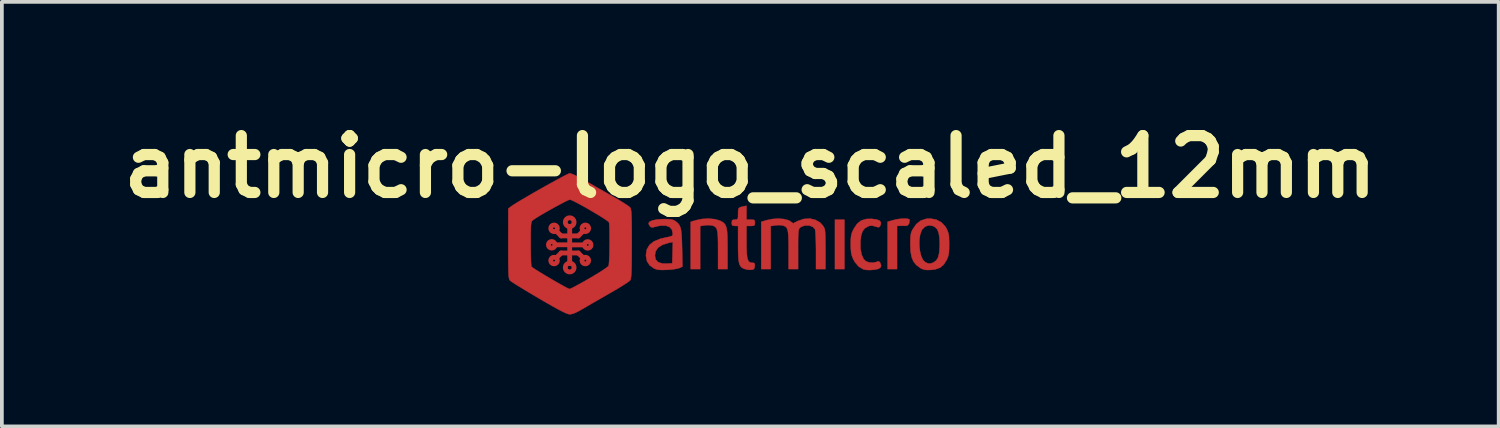
<source format=kicad_pcb>
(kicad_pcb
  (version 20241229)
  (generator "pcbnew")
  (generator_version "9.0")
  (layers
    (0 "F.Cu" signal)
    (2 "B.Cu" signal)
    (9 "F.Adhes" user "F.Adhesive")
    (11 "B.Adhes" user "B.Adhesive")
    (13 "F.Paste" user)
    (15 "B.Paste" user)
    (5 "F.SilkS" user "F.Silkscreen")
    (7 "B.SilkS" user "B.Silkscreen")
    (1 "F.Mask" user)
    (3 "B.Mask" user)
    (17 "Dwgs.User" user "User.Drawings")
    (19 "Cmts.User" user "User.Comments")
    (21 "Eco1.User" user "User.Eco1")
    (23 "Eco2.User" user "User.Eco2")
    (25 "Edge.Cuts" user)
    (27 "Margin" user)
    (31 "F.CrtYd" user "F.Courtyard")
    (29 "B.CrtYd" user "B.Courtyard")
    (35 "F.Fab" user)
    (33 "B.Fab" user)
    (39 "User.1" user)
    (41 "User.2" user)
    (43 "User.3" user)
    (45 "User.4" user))
  (footprint "antmicro-logo_scaled_12mm"
    (layer "F.Cu")
    (at 16.452 3.514)
    (property "Reference" "antmicro-logo_scaled_12mm" (at 0.61 -2.095 0) (layer "F.SilkS") (effects (font (size 1.524 1.524) (thickness 0.3))))
    (attr through_hole)
    (fp_line (start -4.624 -0.002) (end -4.269 -0.002) (stroke (width 0.13) (type solid)) (layer "F.Cu"))
    (fp_line (start -4.459 -0.24) (end -4.586 -0.367) (stroke (width 0.13) (type solid)) (layer "F.Cu"))
    (fp_line (start -4.459 -0.24) (end -4.231 -0.24) (stroke (width 0.13) (type solid)) (layer "F.Cu"))
    (fp_line (start -4.459 0.217) (end -4.586 0.344) (stroke (width 0.13) (type solid)) (layer "F.Cu"))
    (fp_line (start -4.459 0.217) (end -4.231 0.217) (stroke (width 0.13) (type solid)) (layer "F.Cu"))
    (fp_line (start -4.231 -0.492) (end -4.231 0.496) (stroke (width 0.13) (type solid)) (layer "F.Cu"))
    (fp_line (start -4.002 -0.24) (end -4.231 -0.24) (stroke (width 0.13) (type solid)) (layer "F.Cu"))
    (fp_line (start -4.002 -0.24) (end -3.875 -0.367) (stroke (width 0.13) (type solid)) (layer "F.Cu"))
    (fp_line (start -4.002 0.217) (end -4.231 0.217) (stroke (width 0.13) (type solid)) (layer "F.Cu"))
    (fp_line (start -4.002 0.217) (end -3.875 0.344) (stroke (width 0.13) (type solid)) (layer "F.Cu"))
    (fp_line (start -3.837 0.001) (end -4.192 0.001) (stroke (width 0.13) (type solid)) (layer "F.Cu"))
    (fp_circle (center -4.713 -0.002) (end -4.624 -0.002) (stroke (width 0.13) (type solid)) (fill no) (layer "F.Cu"))
    (fp_circle (center -4.65 -0.444) (end -4.561 -0.444) (stroke (width 0.13) (type solid)) (fill no) (layer "F.Cu"))
    (fp_circle (center -4.65 0.42) (end -4.561 0.42) (stroke (width 0.13) (type solid)) (fill no) (layer "F.Cu"))
    (fp_circle (center -4.231 -0.609) (end -4.114 -0.609) (stroke (width 0.13) (type solid)) (fill no) (layer "F.Cu"))
    (fp_circle (center -4.231 0.608) (end -4.114 0.608) (stroke (width 0.13) (type solid)) (fill no) (layer "F.Cu"))
    (fp_circle (center -3.812 -0.444) (end -3.723 -0.444) (stroke (width 0.13) (type solid)) (fill no) (layer "F.Cu"))
    (fp_circle (center -3.812 0.42) (end -3.723 0.42) (stroke (width 0.13) (type solid)) (fill no) (layer "F.Cu"))
    (fp_circle (center -3.748 0.001) (end -3.659 0.001) (stroke (width 0.13) (type solid)) (fill no) (layer "F.Cu"))
    (fp_poly (pts (xy 3.133 0.649) (xy 2.879 0.649) (xy 2.879 -0.677) (xy 3.133 -0.677) (xy 3.133 0.649)) (stroke (width 0.01) (type solid)) (fill yes) (layer "F.Cu"))
    (fp_poly (pts (xy 4.836 -0.698) (xy 4.878 -0.68) (xy 4.882 -0.67) (xy 4.866 -0.57) (xy 4.821 -0.517) (xy 4.773 -0.509) (xy 4.684 -0.512) (xy 4.621 -0.511) (xy 4.544 -0.508) (xy 4.544 0.649) (xy 4.29 0.649) (xy 4.29 -0.619) (xy 4.436 -0.662) (xy 4.543 -0.687) (xy 4.655 -0.701) (xy 4.757 -0.705) (xy 4.836 -0.698)) (stroke (width 0.01) (type solid)) (fill yes) (layer "F.Cu"))
    (fp_poly (pts (xy -0.34 -0.689) (xy -0.208 -0.651) (xy -0.206 -0.651) (xy -0.141 -0.617) (xy -0.091 -0.58) (xy -0.054 -0.529) (xy -0.029 -0.46) (xy -0.013 -0.362) (xy -0.004 -0.229) (xy -0.001 -0.054) (xy 0 0.111) (xy 0 0.649) (xy -0.254 0.649) (xy -0.254 0.133) (xy -0.255 -0.07) (xy -0.259 -0.224) (xy -0.269 -0.337) (xy -0.286 -0.415) (xy -0.312 -0.466) (xy -0.349 -0.497) (xy -0.398 -0.516) (xy -0.424 -0.522) (xy -0.51 -0.53) (xy -0.609 -0.524) (xy -0.622 -0.522) (xy -0.734 -0.503) (xy -0.734 0.649) (xy -0.988 0.649) (xy -0.988 -0.619) (xy -0.842 -0.662) (xy -0.678 -0.695) (xy -0.504 -0.704) (xy -0.34 -0.689)) (stroke (width 0.01) (type solid)) (fill yes) (layer "F.Cu"))
    (fp_poly (pts (xy 3.996 -0.681) (xy 4.08 -0.647) (xy 4.113 -0.594) (xy 4.099 -0.526) (xy 4.075 -0.483) (xy 4.045 -0.471) (xy 3.988 -0.485) (xy 3.96 -0.494) (xy 3.872 -0.516) (xy 3.799 -0.508) (xy 3.77 -0.497) (xy 3.681 -0.445) (xy 3.62 -0.369) (xy 3.582 -0.258) (xy 3.563 -0.103) (xy 3.562 -0.085) (xy 3.564 0.106) (xy 3.594 0.264) (xy 3.65 0.382) (xy 3.706 0.437) (xy 3.792 0.471) (xy 3.898 0.478) (xy 3.994 0.458) (xy 4.008 0.451) (xy 4.056 0.44) (xy 4.09 0.477) (xy 4.091 0.478) (xy 4.118 0.557) (xy 4.097 0.611) (xy 4.032 0.646) (xy 3.943 0.665) (xy 3.832 0.674) (xy 3.724 0.672) (xy 3.644 0.658) (xy 3.641 0.657) (xy 3.516 0.582) (xy 3.413 0.462) (xy 3.37 0.384) (xy 3.335 0.298) (xy 3.314 0.212) (xy 3.305 0.105) (xy 3.302 -0.018) (xy 3.304 -0.149) (xy 3.313 -0.243) (xy 3.331 -0.318) (xy 3.364 -0.394) (xy 3.381 -0.427) (xy 3.473 -0.565) (xy 3.582 -0.652) (xy 3.719 -0.694) (xy 3.86 -0.698) (xy 3.996 -0.681)) (stroke (width 0.01) (type solid)) (fill yes) (layer "F.Cu"))
    (fp_poly (pts (xy 0.508 -0.677) (xy 0.621 -0.677) (xy 0.693 -0.674) (xy 0.725 -0.656) (xy 0.734 -0.611) (xy 0.734 -0.593) (xy 0.729 -0.538) (xy 0.705 -0.514) (xy 0.645 -0.508) (xy 0.621 -0.508) (xy 0.508 -0.508) (xy 0.508 -0.077) (xy 0.51 0.116) (xy 0.517 0.26) (xy 0.532 0.361) (xy 0.556 0.427) (xy 0.591 0.464) (xy 0.639 0.478) (xy 0.667 0.48) (xy 0.715 0.487) (xy 0.731 0.518) (xy 0.729 0.572) (xy 0.716 0.634) (xy 0.683 0.661) (xy 0.621 0.67) (xy 0.525 0.663) (xy 0.437 0.639) (xy 0.385 0.61) (xy 0.346 0.571) (xy 0.318 0.515) (xy 0.299 0.433) (xy 0.289 0.317) (xy 0.283 0.16) (xy 0.282 -0.03) (xy 0.282 -0.508) (xy 0.198 -0.508) (xy 0.138 -0.515) (xy 0.115 -0.548) (xy 0.113 -0.593) (xy 0.12 -0.653) (xy 0.153 -0.675) (xy 0.198 -0.677) (xy 0.246 -0.68) (xy 0.271 -0.697) (xy 0.281 -0.743) (xy 0.282 -0.831) (xy 0.284 -0.925) (xy 0.297 -0.978) (xy 0.331 -1.007) (xy 0.398 -1.025) (xy 0.416 -1.029) (xy 0.508 -1.049) (xy 0.508 -0.677)) (stroke (width 0.01) (type solid)) (fill yes) (layer "F.Cu"))
    (fp_poly (pts (xy 2.354 -0.671) (xy 2.482 -0.598) (xy 2.561 -0.511) (xy 2.583 -0.474) (xy 2.6 -0.436) (xy 2.611 -0.388) (xy 2.618 -0.319) (xy 2.622 -0.222) (xy 2.624 -0.087) (xy 2.625 0.094) (xy 2.625 0.117) (xy 2.625 0.649) (xy 2.371 0.649) (xy 2.371 0.139) (xy 2.369 -0.028) (xy 2.365 -0.178) (xy 2.359 -0.3) (xy 2.351 -0.385) (xy 2.344 -0.421) (xy 2.28 -0.486) (xy 2.186 -0.52) (xy 2.08 -0.521) (xy 1.981 -0.488) (xy 1.94 -0.459) (xy 1.923 -0.438) (xy 1.91 -0.405) (xy 1.901 -0.352) (xy 1.895 -0.271) (xy 1.892 -0.155) (xy 1.891 0.006) (xy 1.891 0.117) (xy 1.891 0.649) (xy 1.637 0.649) (xy 1.637 0.133) (xy 1.636 -0.07) (xy 1.631 -0.224) (xy 1.622 -0.337) (xy 1.605 -0.415) (xy 1.579 -0.466) (xy 1.542 -0.497) (xy 1.493 -0.516) (xy 1.467 -0.522) (xy 1.381 -0.53) (xy 1.282 -0.524) (xy 1.269 -0.522) (xy 1.157 -0.503) (xy 1.157 0.649) (xy 0.903 0.649) (xy 0.903 -0.619) (xy 1.062 -0.665) (xy 1.206 -0.694) (xy 1.359 -0.703) (xy 1.503 -0.693) (xy 1.622 -0.664) (xy 1.683 -0.633) (xy 1.758 -0.577) (xy 1.886 -0.641) (xy 2.044 -0.695) (xy 2.204 -0.705) (xy 2.354 -0.671)) (stroke (width 0.01) (type solid)) (fill yes) (layer "F.Cu"))
    (fp_poly (pts (xy 5.591 -0.679) (xy 5.732 -0.604) (xy 5.841 -0.487) (xy 5.869 -0.438) (xy 5.903 -0.364) (xy 5.925 -0.293) (xy 5.936 -0.209) (xy 5.94 -0.094) (xy 5.941 -0.015) (xy 5.939 0.126) (xy 5.931 0.227) (xy 5.914 0.305) (xy 5.887 0.377) (xy 5.875 0.402) (xy 5.795 0.53) (xy 5.696 0.612) (xy 5.568 0.657) (xy 5.448 0.671) (xy 5.334 0.673) (xy 5.253 0.66) (xy 5.185 0.63) (xy 5.165 0.619) (xy 5.058 0.538) (xy 4.982 0.444) (xy 4.934 0.327) (xy 4.907 0.175) (xy 4.901 0.02) (xy 5.141 0.02) (xy 5.158 0.168) (xy 5.191 0.3) (xy 5.239 0.404) (xy 5.299 0.464) (xy 5.381 0.5) (xy 5.449 0.5) (xy 5.529 0.467) (xy 5.597 0.415) (xy 5.644 0.334) (xy 5.673 0.218) (xy 5.685 0.058) (xy 5.687 -0.028) (xy 5.68 -0.203) (xy 5.657 -0.331) (xy 5.617 -0.422) (xy 5.554 -0.482) (xy 5.505 -0.507) (xy 5.398 -0.524) (xy 5.297 -0.491) (xy 5.218 -0.413) (xy 5.203 -0.388) (xy 5.162 -0.271) (xy 5.142 -0.131) (xy 5.141 0.02) (xy 4.901 0.02) (xy 4.899 -0.014) (xy 4.901 -0.155) (xy 4.908 -0.254) (xy 4.923 -0.328) (xy 4.949 -0.393) (xy 4.958 -0.409) (xy 5.058 -0.555) (xy 5.177 -0.65) (xy 5.323 -0.698) (xy 5.429 -0.706) (xy 5.591 -0.679)) (stroke (width 0.01) (type solid)) (fill yes) (layer "F.Cu"))
    (fp_poly (pts (xy -1.578 -0.689) (xy -1.493 -0.679) (xy -1.433 -0.658) (xy -1.392 -0.632) (xy -1.337 -0.587) (xy -1.296 -0.538) (xy -1.266 -0.475) (xy -1.245 -0.391) (xy -1.232 -0.277) (xy -1.224 -0.124) (xy -1.219 0.076) (xy -1.218 0.086) (xy -1.209 0.582) (xy -1.289 0.62) (xy -1.353 0.638) (xy -1.456 0.655) (xy -1.577 0.667) (xy -1.623 0.669) (xy -1.757 0.673) (xy -1.851 0.668) (xy -1.921 0.652) (xy -1.974 0.63) (xy -2.091 0.545) (xy -2.161 0.435) (xy -2.187 0.294) (xy -2.187 0.286) (xy -1.947 0.286) (xy -1.926 0.393) (xy -1.86 0.463) (xy -1.751 0.499) (xy -1.639 0.502) (xy -1.482 0.494) (xy -1.466 -0.079) (xy -1.582 -0.053) (xy -1.747 -0.000113) (xy -1.862 0.074) (xy -1.927 0.171) (xy -1.947 0.286) (xy -2.187 0.286) (xy -2.187 0.268) (xy -2.164 0.122) (xy -2.093 0.002) (xy -1.974 -0.093) (xy -1.805 -0.163) (xy -1.644 -0.201) (xy -1.548 -0.22) (xy -1.494 -0.239) (xy -1.472 -0.265) (xy -1.468 -0.301) (xy -1.49 -0.407) (xy -1.556 -0.48) (xy -1.658 -0.517) (xy -1.793 -0.517) (xy -1.891 -0.497) (xy -1.981 -0.474) (xy -2.033 -0.469) (xy -2.063 -0.481) (xy -2.081 -0.501) (xy -2.111 -0.554) (xy -2.117 -0.581) (xy -2.09 -0.621) (xy -2.016 -0.654) (xy -1.904 -0.678) (xy -1.763 -0.69) (xy -1.702 -0.691) (xy -1.578 -0.689)) (stroke (width 0.01) (type solid)) (fill yes) (layer "F.Cu"))
    (fp_poly (pts (xy -4.178 -1.905) (xy -4.092 -1.868) (xy -3.981 -1.812) (xy -3.856 -1.744) (xy -3.837 -1.733) (xy -3.694 -1.651) (xy -3.521 -1.551) (xy -3.335 -1.445) (xy -3.156 -1.343) (xy -3.09 -1.306) (xy -2.947 -1.223) (xy -2.819 -1.146) (xy -2.715 -1.08) (xy -2.644 -1.031) (xy -2.618 -1.009) (xy -2.604 -0.99) (xy -2.593 -0.961) (xy -2.585 -0.918) (xy -2.578 -0.854) (xy -2.574 -0.763) (xy -2.571 -0.639) (xy -2.569 -0.476) (xy -2.568 -0.268) (xy -2.568 -0.031) (xy -2.569 0.23) (xy -2.57 0.44) (xy -2.572 0.605) (xy -2.576 0.731) (xy -2.582 0.822) (xy -2.589 0.886) (xy -2.599 0.927) (xy -2.609 0.949) (xy -2.646 0.981) (xy -2.724 1.035) (xy -2.834 1.105) (xy -2.968 1.187) (xy -3.119 1.274) (xy -3.129 1.28) (xy -3.3 1.378) (xy -3.475 1.479) (xy -3.641 1.574) (xy -3.782 1.657) (xy -3.87 1.708) (xy -4.011 1.787) (xy -4.116 1.836) (xy -4.196 1.858) (xy -4.232 1.861) (xy -4.276 1.852) (xy -4.341 1.828) (xy -4.432 1.785) (xy -4.554 1.721) (xy -4.711 1.633) (xy -4.909 1.52) (xy -5.052 1.436) (xy -5.237 1.327) (xy -5.408 1.225) (xy -5.558 1.133) (xy -5.682 1.057) (xy -5.771 0.999) (xy -5.82 0.965) (xy -5.825 0.961) (xy -5.84 0.943) (xy -5.851 0.92) (xy -5.86 0.883) (xy -5.867 0.829) (xy -5.872 0.75) (xy -5.875 0.641) (xy -5.877 0.495) (xy -5.878 0.307) (xy -5.878 0.071) (xy -5.878 -0.031) (xy -5.277 -0.031) (xy -5.276 0.146) (xy -5.273 0.304) (xy -5.269 0.436) (xy -5.263 0.53) (xy -5.257 0.58) (xy -5.255 0.584) (xy -5.224 0.609) (xy -5.153 0.657) (xy -5.051 0.721) (xy -4.928 0.796) (xy -4.792 0.877) (xy -4.653 0.958) (xy -4.52 1.034) (xy -4.403 1.1) (xy -4.31 1.15) (xy -4.251 1.178) (xy -4.237 1.183) (xy -4.201 1.17) (xy -4.125 1.133) (xy -4.017 1.075) (xy -3.884 1.002) (xy -3.734 0.916) (xy -3.707 0.901) (xy -3.556 0.811) (xy -3.42 0.728) (xy -3.309 0.656) (xy -3.23 0.6) (xy -3.191 0.567) (xy -3.189 0.564) (xy -3.181 0.521) (xy -3.174 0.433) (xy -3.168 0.31) (xy -3.164 0.164) (xy -3.162 0.005) (xy -3.161 -0.156) (xy -3.162 -0.308) (xy -3.164 -0.439) (xy -3.169 -0.539) (xy -3.176 -0.598) (xy -3.178 -0.604) (xy -3.207 -0.633) (xy -3.278 -0.683) (xy -3.38 -0.749) (xy -3.504 -0.825) (xy -3.641 -0.907) (xy -3.783 -0.989) (xy -3.919 -1.065) (xy -4.042 -1.131) (xy -4.141 -1.181) (xy -4.207 -1.209) (xy -4.226 -1.214) (xy -4.267 -1.2) (xy -4.346 -1.163) (xy -4.454 -1.107) (xy -4.582 -1.038) (xy -4.721 -0.962) (xy -4.86 -0.883) (xy -4.99 -0.808) (xy -5.102 -0.74) (xy -5.186 -0.686) (xy -5.228 -0.655) (xy -5.245 -0.635) (xy -5.257 -0.605) (xy -5.266 -0.555) (xy -5.272 -0.479) (xy -5.275 -0.368) (xy -5.277 -0.216) (xy -5.277 -0.031) (xy -5.878 -0.031) (xy -5.878 -0.032) (xy -5.877 -0.971) (xy -5.81 -1.025) (xy -5.754 -1.064) (xy -5.659 -1.124) (xy -5.534 -1.2) (xy -5.385 -1.287) (xy -5.221 -1.383) (xy -5.048 -1.481) (xy -4.875 -1.579) (xy -4.707 -1.672) (xy -4.554 -1.756) (xy -4.421 -1.827) (xy -4.317 -1.88) (xy -4.249 -1.912) (xy -4.227 -1.919) (xy -4.178 -1.905)) (stroke (width 0.01) (type solid)) (fill yes) (layer "F.Cu"))
    (fp_line (start -4.624 -0.002) (end -4.269 -0.002) (stroke (width 0.13) (type solid)) (layer "F.Mask"))
    (fp_line (start -4.459 -0.24) (end -4.586 -0.367) (stroke (width 0.13) (type solid)) (layer "F.Mask"))
    (fp_line (start -4.459 -0.24) (end -4.231 -0.24) (stroke (width 0.13) (type solid)) (layer "F.Mask"))
    (fp_line (start -4.459 0.217) (end -4.586 0.344) (stroke (width 0.13) (type solid)) (layer "F.Mask"))
    (fp_line (start -4.459 0.217) (end -4.231 0.217) (stroke (width 0.13) (type solid)) (layer "F.Mask"))
    (fp_line (start -4.231 -0.492) (end -4.231 0.496) (stroke (width 0.13) (type solid)) (layer "F.Mask"))
    (fp_line (start -4.002 -0.24) (end -4.231 -0.24) (stroke (width 0.13) (type solid)) (layer "F.Mask"))
    (fp_line (start -4.002 -0.24) (end -3.875 -0.367) (stroke (width 0.13) (type solid)) (layer "F.Mask"))
    (fp_line (start -4.002 0.217) (end -4.231 0.217) (stroke (width 0.13) (type solid)) (layer "F.Mask"))
    (fp_line (start -4.002 0.217) (end -3.875 0.344) (stroke (width 0.13) (type solid)) (layer "F.Mask"))
    (fp_line (start -3.837 0.001) (end -4.192 0.001) (stroke (width 0.13) (type solid)) (layer "F.Mask"))
    (fp_circle (center -4.713 -0.002) (end -4.624 -0.002) (stroke (width 0.13) (type solid)) (fill no) (layer "F.Mask"))
    (fp_circle (center -4.65 -0.444) (end -4.561 -0.444) (stroke (width 0.13) (type solid)) (fill no) (layer "F.Mask"))
    (fp_circle (center -4.65 0.42) (end -4.561 0.42) (stroke (width 0.13) (type solid)) (fill no) (layer "F.Mask"))
    (fp_circle (center -4.231 -0.609) (end -4.114 -0.609) (stroke (width 0.13) (type solid)) (fill no) (layer "F.Mask"))
    (fp_circle (center -4.231 0.608) (end -4.114 0.608) (stroke (width 0.13) (type solid)) (fill no) (layer "F.Mask"))
    (fp_circle (center -3.811 -0.444) (end -3.723 -0.444) (stroke (width 0.13) (type solid)) (fill no) (layer "F.Mask"))
    (fp_circle (center -3.811 0.42) (end -3.723 0.42) (stroke (width 0.13) (type solid)) (fill no) (layer "F.Mask"))
    (fp_circle (center -3.748 0.001) (end -3.659 0.001) (stroke (width 0.13) (type solid)) (fill no) (layer "F.Mask"))
    (fp_poly (pts (xy 3.133 0.649) (xy 2.879 0.649) (xy 2.879 -0.677) (xy 3.133 -0.677) (xy 3.133 0.649)) (stroke (width 0.01) (type solid)) (fill yes) (layer "F.Mask"))
    (fp_poly (pts (xy 4.836 -0.698) (xy 4.878 -0.68) (xy 4.882 -0.67) (xy 4.866 -0.57) (xy 4.821 -0.517) (xy 4.773 -0.509) (xy 4.684 -0.512) (xy 4.621 -0.511) (xy 4.544 -0.508) (xy 4.544 0.649) (xy 4.29 0.649) (xy 4.29 -0.619) (xy 4.436 -0.662) (xy 4.543 -0.687) (xy 4.655 -0.701) (xy 4.757 -0.705) (xy 4.836 -0.698)) (stroke (width 0.01) (type solid)) (fill yes) (layer "F.Mask"))
    (fp_poly (pts (xy -0.34 -0.689) (xy -0.208 -0.651) (xy -0.206 -0.651) (xy -0.141 -0.617) (xy -0.091 -0.58) (xy -0.054 -0.529) (xy -0.029 -0.46) (xy -0.013 -0.362) (xy -0.004 -0.229) (xy -0.001 -0.054) (xy 0 0.111) (xy 0 0.649) (xy -0.254 0.649) (xy -0.254 0.133) (xy -0.255 -0.07) (xy -0.259 -0.224) (xy -0.269 -0.337) (xy -0.286 -0.415) (xy -0.312 -0.466) (xy -0.349 -0.497) (xy -0.398 -0.516) (xy -0.424 -0.522) (xy -0.51 -0.53) (xy -0.609 -0.524) (xy -0.622 -0.522) (xy -0.734 -0.503) (xy -0.734 0.649) (xy -0.988 0.649) (xy -0.988 -0.619) (xy -0.842 -0.662) (xy -0.678 -0.695) (xy -0.504 -0.704) (xy -0.34 -0.689)) (stroke (width 0.01) (type solid)) (fill yes) (layer "F.Mask"))
    (fp_poly (pts (xy 3.996 -0.681) (xy 4.08 -0.647) (xy 4.113 -0.594) (xy 4.099 -0.526) (xy 4.075 -0.483) (xy 4.045 -0.471) (xy 3.988 -0.485) (xy 3.96 -0.494) (xy 3.872 -0.516) (xy 3.799 -0.508) (xy 3.77 -0.497) (xy 3.681 -0.445) (xy 3.62 -0.369) (xy 3.582 -0.258) (xy 3.563 -0.103) (xy 3.562 -0.085) (xy 3.564 0.106) (xy 3.594 0.264) (xy 3.65 0.382) (xy 3.706 0.437) (xy 3.792 0.471) (xy 3.898 0.478) (xy 3.994 0.458) (xy 4.008 0.451) (xy 4.056 0.44) (xy 4.09 0.477) (xy 4.091 0.478) (xy 4.118 0.557) (xy 4.097 0.611) (xy 4.032 0.646) (xy 3.943 0.665) (xy 3.832 0.674) (xy 3.724 0.672) (xy 3.644 0.658) (xy 3.641 0.657) (xy 3.516 0.582) (xy 3.413 0.462) (xy 3.37 0.384) (xy 3.335 0.298) (xy 3.314 0.212) (xy 3.305 0.105) (xy 3.302 -0.018) (xy 3.304 -0.149) (xy 3.313 -0.243) (xy 3.331 -0.318) (xy 3.364 -0.394) (xy 3.381 -0.427) (xy 3.473 -0.565) (xy 3.582 -0.652) (xy 3.719 -0.694) (xy 3.86 -0.698) (xy 3.996 -0.681)) (stroke (width 0.01) (type solid)) (fill yes) (layer "F.Mask"))
    (fp_poly (pts (xy 0.508 -0.677) (xy 0.621 -0.677) (xy 0.693 -0.674) (xy 0.725 -0.656) (xy 0.734 -0.611) (xy 0.734 -0.593) (xy 0.729 -0.538) (xy 0.705 -0.514) (xy 0.645 -0.508) (xy 0.621 -0.508) (xy 0.508 -0.508) (xy 0.508 -0.077) (xy 0.51 0.116) (xy 0.517 0.26) (xy 0.532 0.361) (xy 0.556 0.427) (xy 0.591 0.464) (xy 0.639 0.478) (xy 0.667 0.48) (xy 0.715 0.487) (xy 0.731 0.518) (xy 0.729 0.572) (xy 0.716 0.634) (xy 0.683 0.661) (xy 0.621 0.67) (xy 0.525 0.663) (xy 0.437 0.639) (xy 0.385 0.61) (xy 0.346 0.571) (xy 0.318 0.515) (xy 0.299 0.433) (xy 0.289 0.317) (xy 0.283 0.16) (xy 0.282 -0.03) (xy 0.282 -0.508) (xy 0.198 -0.508) (xy 0.138 -0.515) (xy 0.115 -0.548) (xy 0.113 -0.593) (xy 0.12 -0.653) (xy 0.153 -0.675) (xy 0.198 -0.677) (xy 0.246 -0.68) (xy 0.271 -0.697) (xy 0.281 -0.743) (xy 0.282 -0.831) (xy 0.284 -0.925) (xy 0.297 -0.978) (xy 0.331 -1.007) (xy 0.398 -1.025) (xy 0.416 -1.029) (xy 0.508 -1.049) (xy 0.508 -0.677)) (stroke (width 0.01) (type solid)) (fill yes) (layer "F.Mask"))
    (fp_poly (pts (xy 2.354 -0.671) (xy 2.482 -0.598) (xy 2.561 -0.511) (xy 2.583 -0.474) (xy 2.6 -0.436) (xy 2.611 -0.388) (xy 2.618 -0.319) (xy 2.622 -0.222) (xy 2.624 -0.087) (xy 2.625 0.094) (xy 2.625 0.117) (xy 2.625 0.649) (xy 2.371 0.649) (xy 2.371 0.139) (xy 2.369 -0.028) (xy 2.365 -0.178) (xy 2.359 -0.3) (xy 2.351 -0.385) (xy 2.344 -0.421) (xy 2.28 -0.486) (xy 2.186 -0.52) (xy 2.08 -0.521) (xy 1.981 -0.488) (xy 1.94 -0.459) (xy 1.923 -0.438) (xy 1.91 -0.405) (xy 1.901 -0.352) (xy 1.895 -0.271) (xy 1.892 -0.155) (xy 1.891 0.006) (xy 1.891 0.117) (xy 1.891 0.649) (xy 1.637 0.649) (xy 1.637 0.133) (xy 1.636 -0.07) (xy 1.631 -0.224) (xy 1.622 -0.337) (xy 1.605 -0.415) (xy 1.579 -0.466) (xy 1.542 -0.497) (xy 1.493 -0.516) (xy 1.467 -0.522) (xy 1.381 -0.53) (xy 1.282 -0.524) (xy 1.269 -0.522) (xy 1.157 -0.503) (xy 1.157 0.649) (xy 0.903 0.649) (xy 0.903 -0.619) (xy 1.062 -0.665) (xy 1.206 -0.694) (xy 1.359 -0.703) (xy 1.503 -0.693) (xy 1.622 -0.664) (xy 1.683 -0.633) (xy 1.758 -0.577) (xy 1.886 -0.641) (xy 2.044 -0.695) (xy 2.204 -0.705) (xy 2.354 -0.671)) (stroke (width 0.01) (type solid)) (fill yes) (layer "F.Mask"))
    (fp_poly (pts (xy 5.591 -0.679) (xy 5.732 -0.604) (xy 5.841 -0.487) (xy 5.869 -0.438) (xy 5.903 -0.364) (xy 5.925 -0.293) (xy 5.936 -0.209) (xy 5.94 -0.094) (xy 5.941 -0.015) (xy 5.939 0.126) (xy 5.931 0.227) (xy 5.914 0.305) (xy 5.887 0.377) (xy 5.875 0.402) (xy 5.795 0.53) (xy 5.696 0.612) (xy 5.568 0.657) (xy 5.448 0.671) (xy 5.334 0.673) (xy 5.253 0.66) (xy 5.185 0.63) (xy 5.165 0.619) (xy 5.058 0.538) (xy 4.982 0.444) (xy 4.934 0.327) (xy 4.907 0.175) (xy 4.901 0.02) (xy 5.141 0.02) (xy 5.158 0.168) (xy 5.191 0.3) (xy 5.239 0.404) (xy 5.299 0.464) (xy 5.381 0.5) (xy 5.449 0.5) (xy 5.529 0.467) (xy 5.597 0.415) (xy 5.644 0.334) (xy 5.673 0.218) (xy 5.685 0.058) (xy 5.687 -0.028) (xy 5.68 -0.203) (xy 5.657 -0.331) (xy 5.617 -0.422) (xy 5.554 -0.482) (xy 5.505 -0.507) (xy 5.398 -0.524) (xy 5.297 -0.491) (xy 5.218 -0.413) (xy 5.203 -0.388) (xy 5.162 -0.271) (xy 5.142 -0.131) (xy 5.141 0.02) (xy 4.901 0.02) (xy 4.899 -0.014) (xy 4.901 -0.155) (xy 4.908 -0.254) (xy 4.923 -0.328) (xy 4.949 -0.393) (xy 4.958 -0.409) (xy 5.058 -0.555) (xy 5.177 -0.65) (xy 5.323 -0.698) (xy 5.429 -0.706) (xy 5.591 -0.679)) (stroke (width 0.01) (type solid)) (fill yes) (layer "F.Mask"))
    (fp_poly (pts (xy -1.578 -0.689) (xy -1.493 -0.679) (xy -1.433 -0.658) (xy -1.392 -0.632) (xy -1.337 -0.587) (xy -1.296 -0.538) (xy -1.266 -0.475) (xy -1.245 -0.391) (xy -1.232 -0.277) (xy -1.224 -0.124) (xy -1.219 0.076) (xy -1.218 0.086) (xy -1.209 0.582) (xy -1.289 0.62) (xy -1.353 0.638) (xy -1.456 0.655) (xy -1.577 0.667) (xy -1.623 0.669) (xy -1.757 0.673) (xy -1.851 0.668) (xy -1.921 0.652) (xy -1.974 0.63) (xy -2.091 0.545) (xy -2.161 0.435) (xy -2.187 0.294) (xy -2.187 0.286) (xy -1.947 0.286) (xy -1.926 0.393) (xy -1.86 0.463) (xy -1.751 0.499) (xy -1.639 0.502) (xy -1.482 0.494) (xy -1.466 -0.079) (xy -1.582 -0.053) (xy -1.747 -0.000113) (xy -1.862 0.074) (xy -1.927 0.171) (xy -1.947 0.286) (xy -2.187 0.286) (xy -2.187 0.268) (xy -2.164 0.122) (xy -2.093 0.002) (xy -1.974 -0.093) (xy -1.805 -0.163) (xy -1.644 -0.201) (xy -1.548 -0.22) (xy -1.494 -0.239) (xy -1.472 -0.265) (xy -1.468 -0.301) (xy -1.49 -0.407) (xy -1.556 -0.48) (xy -1.658 -0.517) (xy -1.793 -0.517) (xy -1.891 -0.497) (xy -1.981 -0.474) (xy -2.033 -0.469) (xy -2.063 -0.481) (xy -2.081 -0.501) (xy -2.111 -0.554) (xy -2.117 -0.581) (xy -2.09 -0.621) (xy -2.016 -0.654) (xy -1.904 -0.678) (xy -1.763 -0.69) (xy -1.702 -0.691) (xy -1.578 -0.689)) (stroke (width 0.01) (type solid)) (fill yes) (layer "F.Mask"))
    (fp_poly (pts (xy -4.178 -1.905) (xy -4.092 -1.868) (xy -3.981 -1.812) (xy -3.856 -1.744) (xy -3.837 -1.733) (xy -3.694 -1.651) (xy -3.521 -1.551) (xy -3.335 -1.445) (xy -3.156 -1.343) (xy -3.09 -1.306) (xy -2.947 -1.223) (xy -2.819 -1.146) (xy -2.715 -1.08) (xy -2.644 -1.031) (xy -2.618 -1.009) (xy -2.604 -0.99) (xy -2.593 -0.961) (xy -2.585 -0.918) (xy -2.578 -0.854) (xy -2.574 -0.763) (xy -2.571 -0.639) (xy -2.569 -0.476) (xy -2.568 -0.268) (xy -2.568 -0.031) (xy -2.569 0.23) (xy -2.57 0.44) (xy -2.572 0.605) (xy -2.576 0.731) (xy -2.582 0.822) (xy -2.589 0.886) (xy -2.599 0.927) (xy -2.609 0.949) (xy -2.646 0.981) (xy -2.724 1.035) (xy -2.834 1.105) (xy -2.968 1.187) (xy -3.119 1.274) (xy -3.129 1.28) (xy -3.3 1.378) (xy -3.475 1.479) (xy -3.641 1.574) (xy -3.782 1.657) (xy -3.87 1.708) (xy -4.011 1.787) (xy -4.116 1.836) (xy -4.196 1.858) (xy -4.232 1.861) (xy -4.276 1.852) (xy -4.341 1.828) (xy -4.432 1.785) (xy -4.554 1.721) (xy -4.711 1.633) (xy -4.909 1.52) (xy -5.052 1.436) (xy -5.237 1.327) (xy -5.408 1.225) (xy -5.558 1.133) (xy -5.682 1.057) (xy -5.771 0.999) (xy -5.82 0.965) (xy -5.825 0.961) (xy -5.84 0.943) (xy -5.851 0.92) (xy -5.86 0.883) (xy -5.867 0.829) (xy -5.872 0.75) (xy -5.875 0.641) (xy -5.877 0.495) (xy -5.878 0.307) (xy -5.878 0.071) (xy -5.878 -0.031) (xy -5.277 -0.031) (xy -5.276 0.146) (xy -5.273 0.304) (xy -5.269 0.436) (xy -5.263 0.53) (xy -5.257 0.58) (xy -5.255 0.584) (xy -5.224 0.609) (xy -5.153 0.657) (xy -5.051 0.721) (xy -4.928 0.796) (xy -4.792 0.877) (xy -4.653 0.958) (xy -4.52 1.034) (xy -4.403 1.1) (xy -4.31 1.15) (xy -4.251 1.178) (xy -4.237 1.183) (xy -4.201 1.17) (xy -4.125 1.133) (xy -4.017 1.075) (xy -3.884 1.002) (xy -3.734 0.916) (xy -3.707 0.901) (xy -3.556 0.811) (xy -3.42 0.728) (xy -3.309 0.656) (xy -3.23 0.6) (xy -3.191 0.567) (xy -3.189 0.564) (xy -3.181 0.521) (xy -3.174 0.433) (xy -3.168 0.31) (xy -3.164 0.164) (xy -3.162 0.005) (xy -3.161 -0.156) (xy -3.162 -0.308) (xy -3.164 -0.439) (xy -3.169 -0.539) (xy -3.176 -0.598) (xy -3.178 -0.604) (xy -3.207 -0.633) (xy -3.278 -0.683) (xy -3.38 -0.749) (xy -3.504 -0.825) (xy -3.641 -0.907) (xy -3.783 -0.989) (xy -3.919 -1.065) (xy -4.042 -1.131) (xy -4.141 -1.181) (xy -4.207 -1.209) (xy -4.226 -1.214) (xy -4.267 -1.2) (xy -4.346 -1.163) (xy -4.454 -1.107) (xy -4.582 -1.038) (xy -4.721 -0.962) (xy -4.86 -0.883) (xy -4.99 -0.808) (xy -5.102 -0.74) (xy -5.186 -0.686) (xy -5.228 -0.655) (xy -5.245 -0.635) (xy -5.257 -0.605) (xy -5.266 -0.555) (xy -5.272 -0.479) (xy -5.275 -0.368) (xy -5.277 -0.216) (xy -5.277 -0.031) (xy -5.878 -0.031) (xy -5.878 -0.032) (xy -5.877 -0.971) (xy -5.81 -1.025) (xy -5.754 -1.064) (xy -5.659 -1.124) (xy -5.534 -1.2) (xy -5.385 -1.287) (xy -5.221 -1.383) (xy -5.048 -1.481) (xy -4.875 -1.579) (xy -4.707 -1.672) (xy -4.554 -1.756) (xy -4.421 -1.827) (xy -4.317 -1.88) (xy -4.249 -1.912) (xy -4.227 -1.919) (xy -4.178 -1.905)) (stroke (width 0.01) (type solid)) (fill yes) (layer "F.Mask")))
  (gr_rect
    (start -3 -3)
    (end 37.123 8.379)
    (stroke (width 0.1) (type default))
    (fill no)
    (layer "Edge.Cuts")))
</source>
